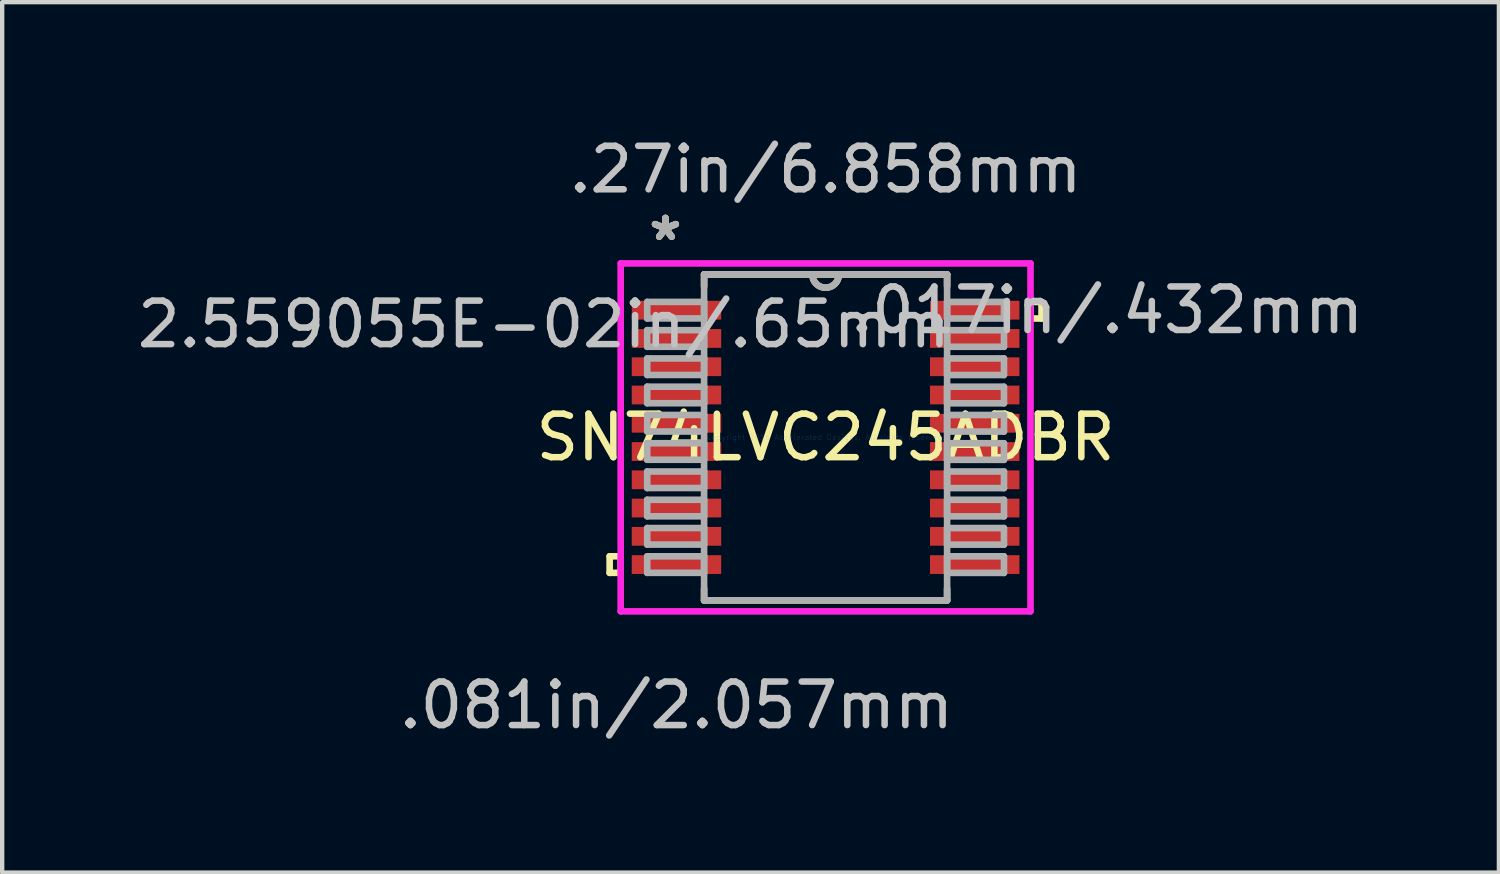
<source format=kicad_pcb>
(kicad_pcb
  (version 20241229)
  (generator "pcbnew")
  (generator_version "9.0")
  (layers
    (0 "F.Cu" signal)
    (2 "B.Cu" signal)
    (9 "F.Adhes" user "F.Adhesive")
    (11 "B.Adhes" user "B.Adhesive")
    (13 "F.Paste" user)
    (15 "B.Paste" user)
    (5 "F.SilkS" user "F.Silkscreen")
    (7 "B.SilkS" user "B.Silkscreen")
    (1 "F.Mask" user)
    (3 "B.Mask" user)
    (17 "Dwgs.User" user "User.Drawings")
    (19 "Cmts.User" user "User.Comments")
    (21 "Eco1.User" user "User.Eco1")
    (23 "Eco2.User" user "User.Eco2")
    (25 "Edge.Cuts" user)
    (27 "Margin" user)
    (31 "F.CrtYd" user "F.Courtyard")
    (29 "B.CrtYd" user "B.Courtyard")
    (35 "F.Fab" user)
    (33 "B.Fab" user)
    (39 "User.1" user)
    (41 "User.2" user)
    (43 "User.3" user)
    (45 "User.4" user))
  (footprint "SN74LVC245ADBR"
    (layer "F.Cu")
    (at 15.935 7.008)
    (property "Reference" "SN74LVC245ADBR" (at 0 0 0) (layer "F.SilkS") (effects (font (size 1 1) (thickness 0.15))))
    (attr through_hole)
    (fp_line (start -4.966 2.734) (end -4.966 3.115) (stroke (width 0.152) (type solid)) (layer "F.SilkS"))
    (fp_line (start -4.966 3.115) (end -4.712 3.115) (stroke (width 0.152) (type solid)) (layer "F.SilkS"))
    (fp_line (start -4.712 2.734) (end -4.966 2.734) (stroke (width 0.152) (type solid)) (layer "F.SilkS"))
    (fp_line (start -4.712 3.115) (end -4.712 2.734) (stroke (width 0.152) (type solid)) (layer "F.SilkS"))
    (fp_line (start -2.794 -3.747) (end -2.794 -3.474) (stroke (width 0.152) (type solid)) (layer "F.SilkS"))
    (fp_line (start -2.794 3.474) (end -2.794 3.747) (stroke (width 0.152) (type solid)) (layer "F.SilkS"))
    (fp_line (start -2.794 3.747) (end 2.794 3.747) (stroke (width 0.152) (type solid)) (layer "F.SilkS"))
    (fp_line (start 2.794 -3.747) (end -2.794 -3.747) (stroke (width 0.152) (type solid)) (layer "F.SilkS"))
    (fp_line (start 2.794 -3.474) (end 2.794 -3.747) (stroke (width 0.152) (type solid)) (layer "F.SilkS"))
    (fp_line (start 2.794 3.747) (end 2.794 3.474) (stroke (width 0.152) (type solid)) (layer "F.SilkS"))
    (fp_line (start 4.712 -3.115) (end 4.966 -3.115) (stroke (width 0.152) (type solid)) (layer "F.SilkS"))
    (fp_line (start 4.712 -2.734) (end 4.712 -3.115) (stroke (width 0.152) (type solid)) (layer "F.SilkS"))
    (fp_line (start 4.966 -3.115) (end 4.966 -2.734) (stroke (width 0.152) (type solid)) (layer "F.SilkS"))
    (fp_line (start 4.966 -2.734) (end 4.712 -2.734) (stroke (width 0.152) (type solid)) (layer "F.SilkS"))
    (fp_arc (start 0.3048 -3.7465) (mid 0 -3.4417) (end -0.3048 -3.7465) (stroke (width 0.1524) (type solid)) (layer "F.SilkS"))
    (fp_line (start -4.712 -4) (end 4.712 -4) (stroke (width 0.152) (type solid)) (layer "F.CrtYd"))
    (fp_line (start -4.712 4) (end -4.712 -4) (stroke (width 0.152) (type solid)) (layer "F.CrtYd"))
    (fp_line (start 4.712 -4) (end 4.712 4) (stroke (width 0.152) (type solid)) (layer "F.CrtYd"))
    (fp_line (start 4.712 4) (end -4.712 4) (stroke (width 0.152) (type solid)) (layer "F.CrtYd"))
    (fp_line (start -4.102 -3.116) (end -4.102 -2.735) (stroke (width 0.152) (type solid)) (layer "F.Fab"))
    (fp_line (start -4.102 -2.735) (end -2.794 -2.735) (stroke (width 0.152) (type solid)) (layer "F.Fab"))
    (fp_line (start -4.102 -2.466) (end -4.102 -2.084) (stroke (width 0.152) (type solid)) (layer "F.Fab"))
    (fp_line (start -4.102 -2.084) (end -2.794 -2.084) (stroke (width 0.152) (type solid)) (layer "F.Fab"))
    (fp_line (start -4.102 -1.816) (end -4.102 -1.435) (stroke (width 0.152) (type solid)) (layer "F.Fab"))
    (fp_line (start -4.102 -1.435) (end -2.794 -1.435) (stroke (width 0.152) (type solid)) (layer "F.Fab"))
    (fp_line (start -4.102 -1.166) (end -4.102 -0.785) (stroke (width 0.152) (type solid)) (layer "F.Fab"))
    (fp_line (start -4.102 -0.785) (end -2.794 -0.785) (stroke (width 0.152) (type solid)) (layer "F.Fab"))
    (fp_line (start -4.102 -0.516) (end -4.102 -0.135) (stroke (width 0.152) (type solid)) (layer "F.Fab"))
    (fp_line (start -4.102 -0.135) (end -2.794 -0.135) (stroke (width 0.152) (type solid)) (layer "F.Fab"))
    (fp_line (start -4.102 0.134) (end -4.102 0.515) (stroke (width 0.152) (type solid)) (layer "F.Fab"))
    (fp_line (start -4.102 0.515) (end -2.794 0.515) (stroke (width 0.152) (type solid)) (layer "F.Fab"))
    (fp_line (start -4.102 0.784) (end -4.102 1.165) (stroke (width 0.152) (type solid)) (layer "F.Fab"))
    (fp_line (start -4.102 1.165) (end -2.794 1.165) (stroke (width 0.152) (type solid)) (layer "F.Fab"))
    (fp_line (start -4.102 1.434) (end -4.102 1.815) (stroke (width 0.152) (type solid)) (layer "F.Fab"))
    (fp_line (start -4.102 1.815) (end -2.794 1.815) (stroke (width 0.152) (type solid)) (layer "F.Fab"))
    (fp_line (start -4.102 2.084) (end -4.102 2.465) (stroke (width 0.152) (type solid)) (layer "F.Fab"))
    (fp_line (start -4.102 2.465) (end -2.794 2.465) (stroke (width 0.152) (type solid)) (layer "F.Fab"))
    (fp_line (start -4.102 2.734) (end -4.102 3.115) (stroke (width 0.152) (type solid)) (layer "F.Fab"))
    (fp_line (start -4.102 3.115) (end -2.794 3.115) (stroke (width 0.152) (type solid)) (layer "F.Fab"))
    (fp_line (start -2.794 -3.747) (end -2.794 3.747) (stroke (width 0.152) (type solid)) (layer "F.Fab"))
    (fp_line (start -2.794 -3.116) (end -4.102 -3.116) (stroke (width 0.152) (type solid)) (layer "F.Fab"))
    (fp_line (start -2.794 -2.735) (end -2.794 -3.116) (stroke (width 0.152) (type solid)) (layer "F.Fab"))
    (fp_line (start -2.794 -2.466) (end -4.102 -2.466) (stroke (width 0.152) (type solid)) (layer "F.Fab"))
    (fp_line (start -2.794 -2.084) (end -2.794 -2.466) (stroke (width 0.152) (type solid)) (layer "F.Fab"))
    (fp_line (start -2.794 -1.816) (end -4.102 -1.816) (stroke (width 0.152) (type solid)) (layer "F.Fab"))
    (fp_line (start -2.794 -1.435) (end -2.794 -1.816) (stroke (width 0.152) (type solid)) (layer "F.Fab"))
    (fp_line (start -2.794 -1.166) (end -4.102 -1.166) (stroke (width 0.152) (type solid)) (layer "F.Fab"))
    (fp_line (start -2.794 -0.785) (end -2.794 -1.166) (stroke (width 0.152) (type solid)) (layer "F.Fab"))
    (fp_line (start -2.794 -0.516) (end -4.102 -0.516) (stroke (width 0.152) (type solid)) (layer "F.Fab"))
    (fp_line (start -2.794 -0.135) (end -2.794 -0.516) (stroke (width 0.152) (type solid)) (layer "F.Fab"))
    (fp_line (start -2.794 0.134) (end -4.102 0.134) (stroke (width 0.152) (type solid)) (layer "F.Fab"))
    (fp_line (start -2.794 0.515) (end -2.794 0.134) (stroke (width 0.152) (type solid)) (layer "F.Fab"))
    (fp_line (start -2.794 0.784) (end -4.102 0.784) (stroke (width 0.152) (type solid)) (layer "F.Fab"))
    (fp_line (start -2.794 1.165) (end -2.794 0.784) (stroke (width 0.152) (type solid)) (layer "F.Fab"))
    (fp_line (start -2.794 1.434) (end -4.102 1.434) (stroke (width 0.152) (type solid)) (layer "F.Fab"))
    (fp_line (start -2.794 1.815) (end -2.794 1.434) (stroke (width 0.152) (type solid)) (layer "F.Fab"))
    (fp_line (start -2.794 2.084) (end -4.102 2.084) (stroke (width 0.152) (type solid)) (layer "F.Fab"))
    (fp_line (start -2.794 2.465) (end -2.794 2.084) (stroke (width 0.152) (type solid)) (layer "F.Fab"))
    (fp_line (start -2.794 2.734) (end -4.102 2.734) (stroke (width 0.152) (type solid)) (layer "F.Fab"))
    (fp_line (start -2.794 3.115) (end -2.794 2.734) (stroke (width 0.152) (type solid)) (layer "F.Fab"))
    (fp_line (start -2.794 3.747) (end 2.794 3.747) (stroke (width 0.152) (type solid)) (layer "F.Fab"))
    (fp_line (start 2.794 -3.747) (end -2.794 -3.747) (stroke (width 0.152) (type solid)) (layer "F.Fab"))
    (fp_line (start 2.794 -3.115) (end 2.794 -2.734) (stroke (width 0.152) (type solid)) (layer "F.Fab"))
    (fp_line (start 2.794 -2.734) (end 4.102 -2.734) (stroke (width 0.152) (type solid)) (layer "F.Fab"))
    (fp_line (start 2.794 -2.465) (end 2.794 -2.084) (stroke (width 0.152) (type solid)) (layer "F.Fab"))
    (fp_line (start 2.794 -2.084) (end 4.102 -2.084) (stroke (width 0.152) (type solid)) (layer "F.Fab"))
    (fp_line (start 2.794 -1.815) (end 2.794 -1.434) (stroke (width 0.152) (type solid)) (layer "F.Fab"))
    (fp_line (start 2.794 -1.434) (end 4.102 -1.434) (stroke (width 0.152) (type solid)) (layer "F.Fab"))
    (fp_line (start 2.794 -1.165) (end 2.794 -0.784) (stroke (width 0.152) (type solid)) (layer "F.Fab"))
    (fp_line (start 2.794 -0.784) (end 4.102 -0.784) (stroke (width 0.152) (type solid)) (layer "F.Fab"))
    (fp_line (start 2.794 -0.515) (end 2.794 -0.134) (stroke (width 0.152) (type solid)) (layer "F.Fab"))
    (fp_line (start 2.794 -0.134) (end 4.102 -0.134) (stroke (width 0.152) (type solid)) (layer "F.Fab"))
    (fp_line (start 2.794 0.135) (end 2.794 0.516) (stroke (width 0.152) (type solid)) (layer "F.Fab"))
    (fp_line (start 2.794 0.516) (end 4.102 0.516) (stroke (width 0.152) (type solid)) (layer "F.Fab"))
    (fp_line (start 2.794 0.785) (end 2.794 1.166) (stroke (width 0.152) (type solid)) (layer "F.Fab"))
    (fp_line (start 2.794 1.166) (end 4.102 1.166) (stroke (width 0.152) (type solid)) (layer "F.Fab"))
    (fp_line (start 2.794 1.435) (end 2.794 1.816) (stroke (width 0.152) (type solid)) (layer "F.Fab"))
    (fp_line (start 2.794 1.816) (end 4.102 1.816) (stroke (width 0.152) (type solid)) (layer "F.Fab"))
    (fp_line (start 2.794 2.085) (end 2.794 2.466) (stroke (width 0.152) (type solid)) (layer "F.Fab"))
    (fp_line (start 2.794 2.466) (end 4.102 2.466) (stroke (width 0.152) (type solid)) (layer "F.Fab"))
    (fp_line (start 2.794 2.735) (end 2.794 3.116) (stroke (width 0.152) (type solid)) (layer "F.Fab"))
    (fp_line (start 2.794 3.116) (end 4.102 3.116) (stroke (width 0.152) (type solid)) (layer "F.Fab"))
    (fp_line (start 2.794 3.747) (end 2.794 -3.747) (stroke (width 0.152) (type solid)) (layer "F.Fab"))
    (fp_line (start 4.102 -3.115) (end 2.794 -3.115) (stroke (width 0.152) (type solid)) (layer "F.Fab"))
    (fp_line (start 4.102 -2.734) (end 4.102 -3.115) (stroke (width 0.152) (type solid)) (layer "F.Fab"))
    (fp_line (start 4.102 -2.465) (end 2.794 -2.465) (stroke (width 0.152) (type solid)) (layer "F.Fab"))
    (fp_line (start 4.102 -2.084) (end 4.102 -2.465) (stroke (width 0.152) (type solid)) (layer "F.Fab"))
    (fp_line (start 4.102 -1.815) (end 2.794 -1.815) (stroke (width 0.152) (type solid)) (layer "F.Fab"))
    (fp_line (start 4.102 -1.434) (end 4.102 -1.815) (stroke (width 0.152) (type solid)) (layer "F.Fab"))
    (fp_line (start 4.102 -1.165) (end 2.794 -1.165) (stroke (width 0.152) (type solid)) (layer "F.Fab"))
    (fp_line (start 4.102 -0.784) (end 4.102 -1.165) (stroke (width 0.152) (type solid)) (layer "F.Fab"))
    (fp_line (start 4.102 -0.515) (end 2.794 -0.515) (stroke (width 0.152) (type solid)) (layer "F.Fab"))
    (fp_line (start 4.102 -0.134) (end 4.102 -0.515) (stroke (width 0.152) (type solid)) (layer "F.Fab"))
    (fp_line (start 4.102 0.135) (end 2.794 0.135) (stroke (width 0.152) (type solid)) (layer "F.Fab"))
    (fp_line (start 4.102 0.516) (end 4.102 0.135) (stroke (width 0.152) (type solid)) (layer "F.Fab"))
    (fp_line (start 4.102 0.785) (end 2.794 0.785) (stroke (width 0.152) (type solid)) (layer "F.Fab"))
    (fp_line (start 4.102 1.166) (end 4.102 0.785) (stroke (width 0.152) (type solid)) (layer "F.Fab"))
    (fp_line (start 4.102 1.435) (end 2.794 1.435) (stroke (width 0.152) (type solid)) (layer "F.Fab"))
    (fp_line (start 4.102 1.816) (end 4.102 1.435) (stroke (width 0.152) (type solid)) (layer "F.Fab"))
    (fp_line (start 4.102 2.085) (end 2.794 2.085) (stroke (width 0.152) (type solid)) (layer "F.Fab"))
    (fp_line (start 4.102 2.466) (end 4.102 2.085) (stroke (width 0.152) (type solid)) (layer "F.Fab"))
    (fp_line (start 4.102 2.735) (end 2.794 2.735) (stroke (width 0.152) (type solid)) (layer "F.Fab"))
    (fp_line (start 4.102 3.116) (end 4.102 2.735) (stroke (width 0.152) (type solid)) (layer "F.Fab"))
    (fp_arc (start 0.3048 -3.7465) (mid 0 -3.4417) (end -0.3048 -3.7465) (stroke (width 0.1524) (type solid)) (layer "F.Fab"))
    (fp_text user "*" (at -3.683 -4.5 0) (layer "F.SilkS") (effects (font (size 1 1) (thickness 0.15))))
    (fp_text user "*" (at -3.683 -4.5 0) (layer "F.SilkS") (effects (font (size 1 1) (thickness 0.15))))
    (fp_text user "2.559055E-02in/.65mm" (at -6.477 -2.6 0) (layer "Dwgs.User") (effects (font (size 1 1) (thickness 0.15))))
    (fp_text user ".017in/.432mm" (at 6.477 -2.925 0) (layer "Dwgs.User") (effects (font (size 1 1) (thickness 0.15))))
    (fp_text user ".27in/6.858mm" (at 0 -6.16 0) (layer "Dwgs.User") (effects (font (size 1 1) (thickness 0.15))))
    (fp_text user ".081in/2.057mm" (at -3.429 6.16 0) (layer "Dwgs.User") (effects (font (size 1 1) (thickness 0.15))))
    (fp_text user "Copyright 2016 Accelerated Designs. All rights reserved." (at 0 0 0) (layer "Cmts.User") (effects (font (size 0.127 0.127) (thickness 0.002))))
    (fp_text user "*" (at -3.683 -4.5 0) (layer "F.Fab") (effects (font (size 1 1) (thickness 0.15))))
    (fp_text user "*" (at -3.683 -4.5 0) (layer "F.Fab") (effects (font (size 1 1) (thickness 0.15))))
    (pad "1" smd rect (at -3.429 -2.925) (size 2.057 0.432) (layers "F.Cu" "F.Mask" "F.Paste"))
    (pad "2" smd rect (at -3.429 -2.275) (size 2.057 0.432) (layers "F.Cu" "F.Mask" "F.Paste"))
    (pad "3" smd rect (at -3.429 -1.625) (size 2.057 0.432) (layers "F.Cu" "F.Mask" "F.Paste"))
    (pad "4" smd rect (at -3.429 -0.975) (size 2.057 0.432) (layers "F.Cu" "F.Mask" "F.Paste"))
    (pad "5" smd rect (at -3.429 -0.325) (size 2.057 0.432) (layers "F.Cu" "F.Mask" "F.Paste"))
    (pad "6" smd rect (at -3.429 0.325) (size 2.057 0.432) (layers "F.Cu" "F.Mask" "F.Paste"))
    (pad "7" smd rect (at -3.429 0.975) (size 2.057 0.432) (layers "F.Cu" "F.Mask" "F.Paste"))
    (pad "8" smd rect (at -3.429 1.625) (size 2.057 0.432) (layers "F.Cu" "F.Mask" "F.Paste"))
    (pad "9" smd rect (at -3.429 2.275) (size 2.057 0.432) (layers "F.Cu" "F.Mask" "F.Paste"))
    (pad "10" smd rect (at -3.429 2.925) (size 2.057 0.432) (layers "F.Cu" "F.Mask" "F.Paste"))
    (pad "11" smd rect (at 3.429 2.925) (size 2.057 0.432) (layers "F.Cu" "F.Mask" "F.Paste"))
    (pad "12" smd rect (at 3.429 2.275) (size 2.057 0.432) (layers "F.Cu" "F.Mask" "F.Paste"))
    (pad "13" smd rect (at 3.429 1.625) (size 2.057 0.432) (layers "F.Cu" "F.Mask" "F.Paste"))
    (pad "14" smd rect (at 3.429 0.975) (size 2.057 0.432) (layers "F.Cu" "F.Mask" "F.Paste"))
    (pad "15" smd rect (at 3.429 0.325) (size 2.057 0.432) (layers "F.Cu" "F.Mask" "F.Paste"))
    (pad "16" smd rect (at 3.429 -0.325) (size 2.057 0.432) (layers "F.Cu" "F.Mask" "F.Paste"))
    (pad "17" smd rect (at 3.429 -0.975) (size 2.057 0.432) (layers "F.Cu" "F.Mask" "F.Paste"))
    (pad "18" smd rect (at 3.429 -1.625) (size 2.057 0.432) (layers "F.Cu" "F.Mask" "F.Paste"))
    (pad "19" smd rect (at 3.429 -2.275) (size 2.057 0.432) (layers "F.Cu" "F.Mask" "F.Paste"))
    (pad "20" smd rect (at 3.429 -2.925) (size 2.057 0.432) (layers "F.Cu" "F.Mask" "F.Paste")))
  (gr_rect
    (start -3 -3)
    (end 31.418 17.015)
    (stroke (width 0.1) (type default))
    (fill no)
    (layer "Edge.Cuts")))
</source>
